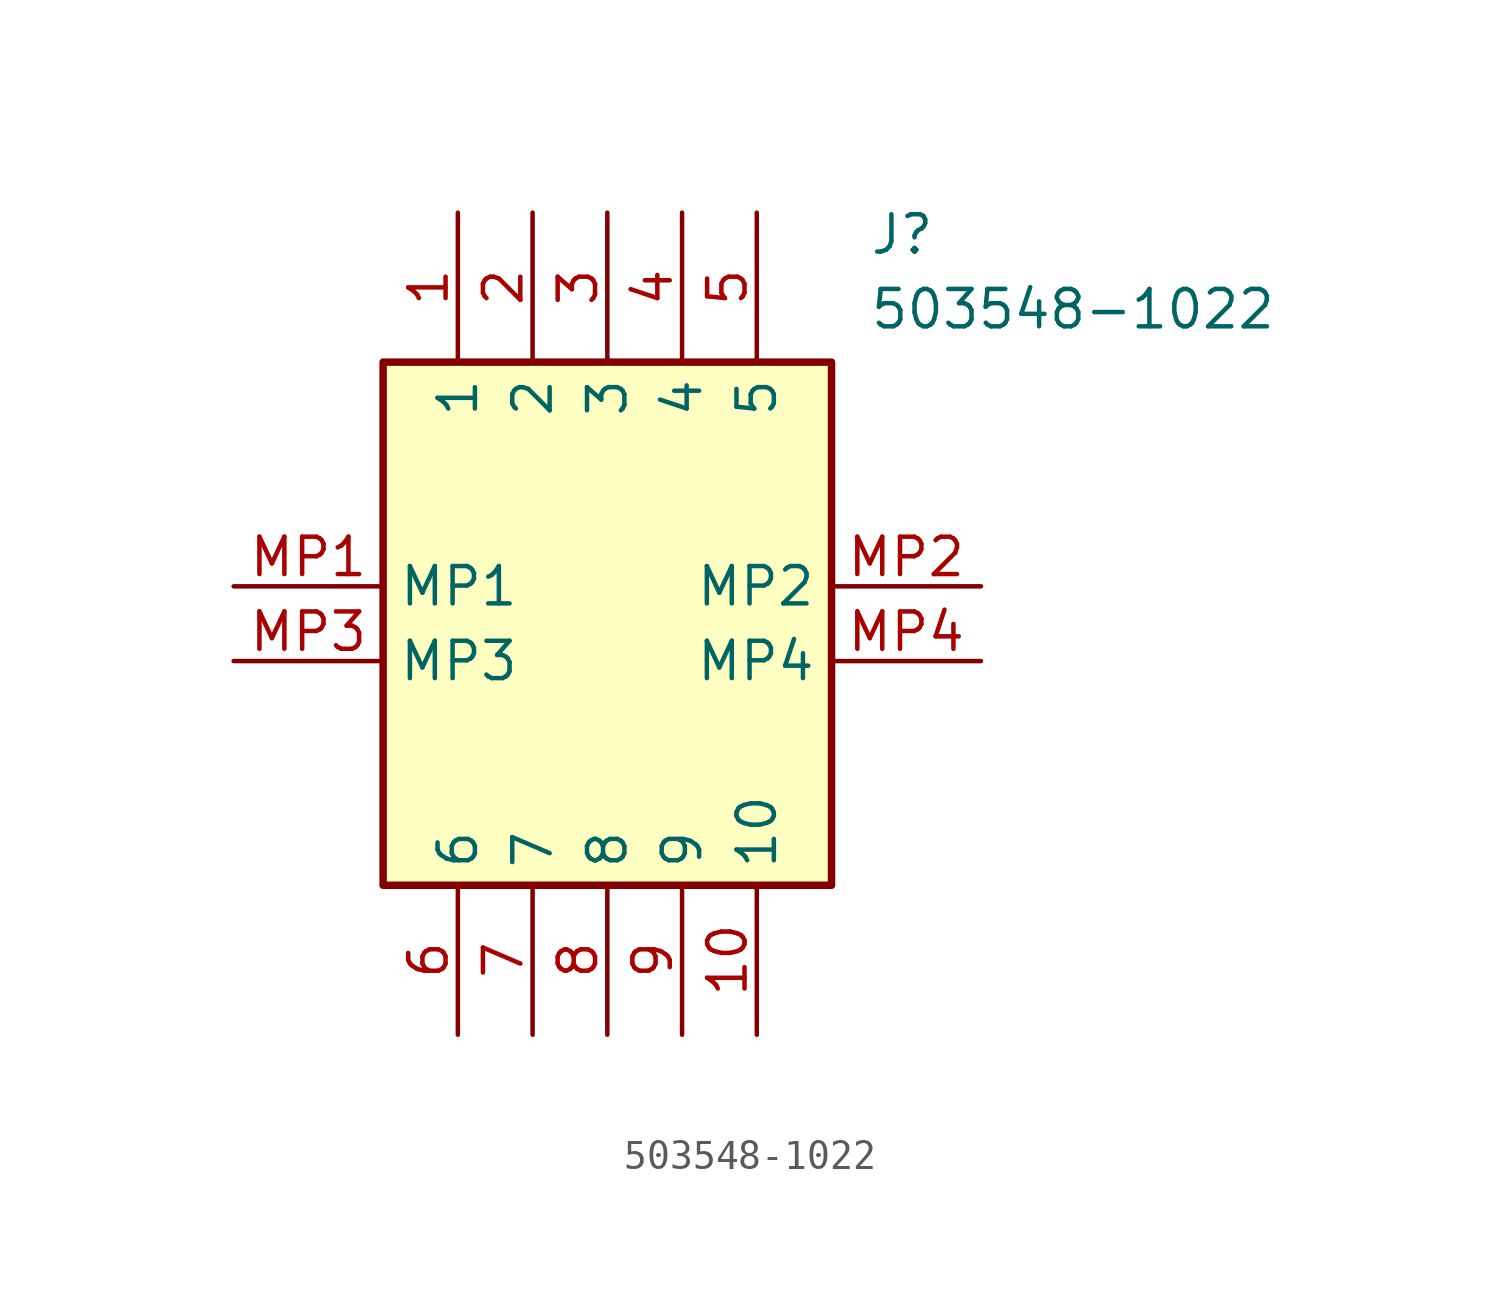
<source format=kicad_sym>
(kicad_symbol_lib
  (version 20211014)
  (generator SamacSys_ECAD_Model)
  (symbol "503548-1022"
    (property "Reference" "J"
      (at 21.59 12.7 0)
      (effects (font (size 1.27 1.27)) (justify left top)))
    (property "Value" "503548-1022"
      (at 21.59 10.16 0)
      (effects (font (size 1.27 1.27)) (justify left top)))
    (rectangle
      (start 5.08 7.62)
      (end 20.32 -10.16)
      (stroke (width 0.254) (type default))
      (fill (type background)))
    (pin passive line
      (at 7.62 12.7 270)
      (length 5.08)
      (name "1" (effects (font (size 1.27 1.27))))
      (number "1" (effects (font (size 1.27 1.27)))))
    (pin passive line
      (at 10.16 12.7 270)
      (length 5.08)
      (name "2" (effects (font (size 1.27 1.27))))
      (number "2" (effects (font (size 1.27 1.27)))))
    (pin passive line
      (at 12.7 12.7 270)
      (length 5.08)
      (name "3" (effects (font (size 1.27 1.27))))
      (number "3" (effects (font (size 1.27 1.27)))))
    (pin passive line
      (at 15.24 12.7 270)
      (length 5.08)
      (name "4" (effects (font (size 1.27 1.27))))
      (number "4" (effects (font (size 1.27 1.27)))))
    (pin passive line
      (at 17.78 12.7 270)
      (length 5.08)
      (name "5" (effects (font (size 1.27 1.27))))
      (number "5" (effects (font (size 1.27 1.27)))))
    (pin passive line
      (at 7.62 -15.24 90)
      (length 5.08)
      (name "6" (effects (font (size 1.27 1.27))))
      (number "6" (effects (font (size 1.27 1.27)))))
    (pin passive line
      (at 10.16 -15.24 90)
      (length 5.08)
      (name "7" (effects (font (size 1.27 1.27))))
      (number "7" (effects (font (size 1.27 1.27)))))
    (pin passive line
      (at 12.7 -15.24 90)
      (length 5.08)
      (name "8" (effects (font (size 1.27 1.27))))
      (number "8" (effects (font (size 1.27 1.27)))))
    (pin passive line
      (at 15.24 -15.24 90)
      (length 5.08)
      (name "9" (effects (font (size 1.27 1.27))))
      (number "9" (effects (font (size 1.27 1.27)))))
    (pin passive line
      (at 17.78 -15.24 90)
      (length 5.08)
      (name "10" (effects (font (size 1.27 1.27))))
      (number "10" (effects (font (size 1.27 1.27)))))
    (pin passive line
      (at 0 0 0)
      (length 5.08)
      (name "MP1" (effects (font (size 1.27 1.27))))
      (number "MP1" (effects (font (size 1.27 1.27)))))
    (pin passive line
      (at 25.4 0 180)
      (length 5.08)
      (name "MP2" (effects (font (size 1.27 1.27))))
      (number "MP2" (effects (font (size 1.27 1.27)))))
    (pin passive line
      (at 0 -2.54 0)
      (length 5.08)
      (name "MP3" (effects (font (size 1.27 1.27))))
      (number "MP3" (effects (font (size 1.27 1.27)))))
    (pin passive line
      (at 25.4 -2.54 180)
      (length 5.08)
      (name "MP4" (effects (font (size 1.27 1.27))))
      (number "MP4" (effects (font (size 1.27 1.27)))))))
</source>
